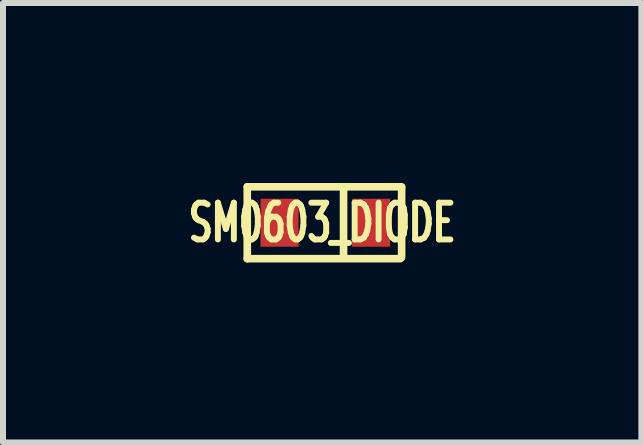
<source format=kicad_pcb>
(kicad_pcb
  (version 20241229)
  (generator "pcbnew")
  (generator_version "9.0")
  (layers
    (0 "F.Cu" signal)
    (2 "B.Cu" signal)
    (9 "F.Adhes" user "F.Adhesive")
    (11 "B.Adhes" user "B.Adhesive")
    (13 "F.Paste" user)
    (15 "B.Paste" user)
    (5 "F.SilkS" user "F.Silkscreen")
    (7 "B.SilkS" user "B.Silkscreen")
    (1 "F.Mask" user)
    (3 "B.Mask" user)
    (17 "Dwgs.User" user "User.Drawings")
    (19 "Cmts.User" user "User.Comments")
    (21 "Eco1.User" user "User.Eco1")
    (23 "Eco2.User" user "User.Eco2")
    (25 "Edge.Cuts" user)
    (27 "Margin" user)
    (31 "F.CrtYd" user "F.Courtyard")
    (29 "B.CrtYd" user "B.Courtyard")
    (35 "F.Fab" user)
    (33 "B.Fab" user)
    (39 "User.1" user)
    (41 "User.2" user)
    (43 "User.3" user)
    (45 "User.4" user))
  (footprint "SM0603_DIODE"
    (layer "F.Cu")
    (at 2.372 0.663)
    (property "Reference" "SM0603_DIODE" (at -0.051 0 0) (layer "F.SilkS") (effects (font (size 0.612 0.399) (thickness 0.099))))
    (attr smd)
    (fp_line (start -1.3 -0.599) (end -1.3 0.599) (stroke (width 0.127) (type solid)) (layer "F.SilkS"))
    (fp_line (start -1.3 0.599) (end 1.25 0.599) (stroke (width 0.127) (type solid)) (layer "F.SilkS"))
    (fp_line (start 0.305 -0.559) (end 0.305 0.559) (stroke (width 0.127) (type solid)) (layer "F.SilkS"))
    (fp_line (start 1.273 -0.599) (end -1.3 -0.599) (stroke (width 0.127) (type solid)) (layer "F.SilkS"))
    (fp_line (start 1.273 -0.589) (end 1.273 0.579) (stroke (width 0.127) (type solid)) (layer "F.SilkS"))
    (pad "1" smd rect (at -0.762 0) (size 0.635 0.8) (layers "F.Cu" "F.Mask" "F.Paste"))
    (pad "2" smd rect (at 0.762 0) (size 0.635 0.8) (layers "F.Cu" "F.Mask" "F.Paste")))
  (gr_rect
    (start -3 -3)
    (end 7.642 4.326)
    (stroke (width 0.1) (type default))
    (fill no)
    (layer "Edge.Cuts")))
</source>
